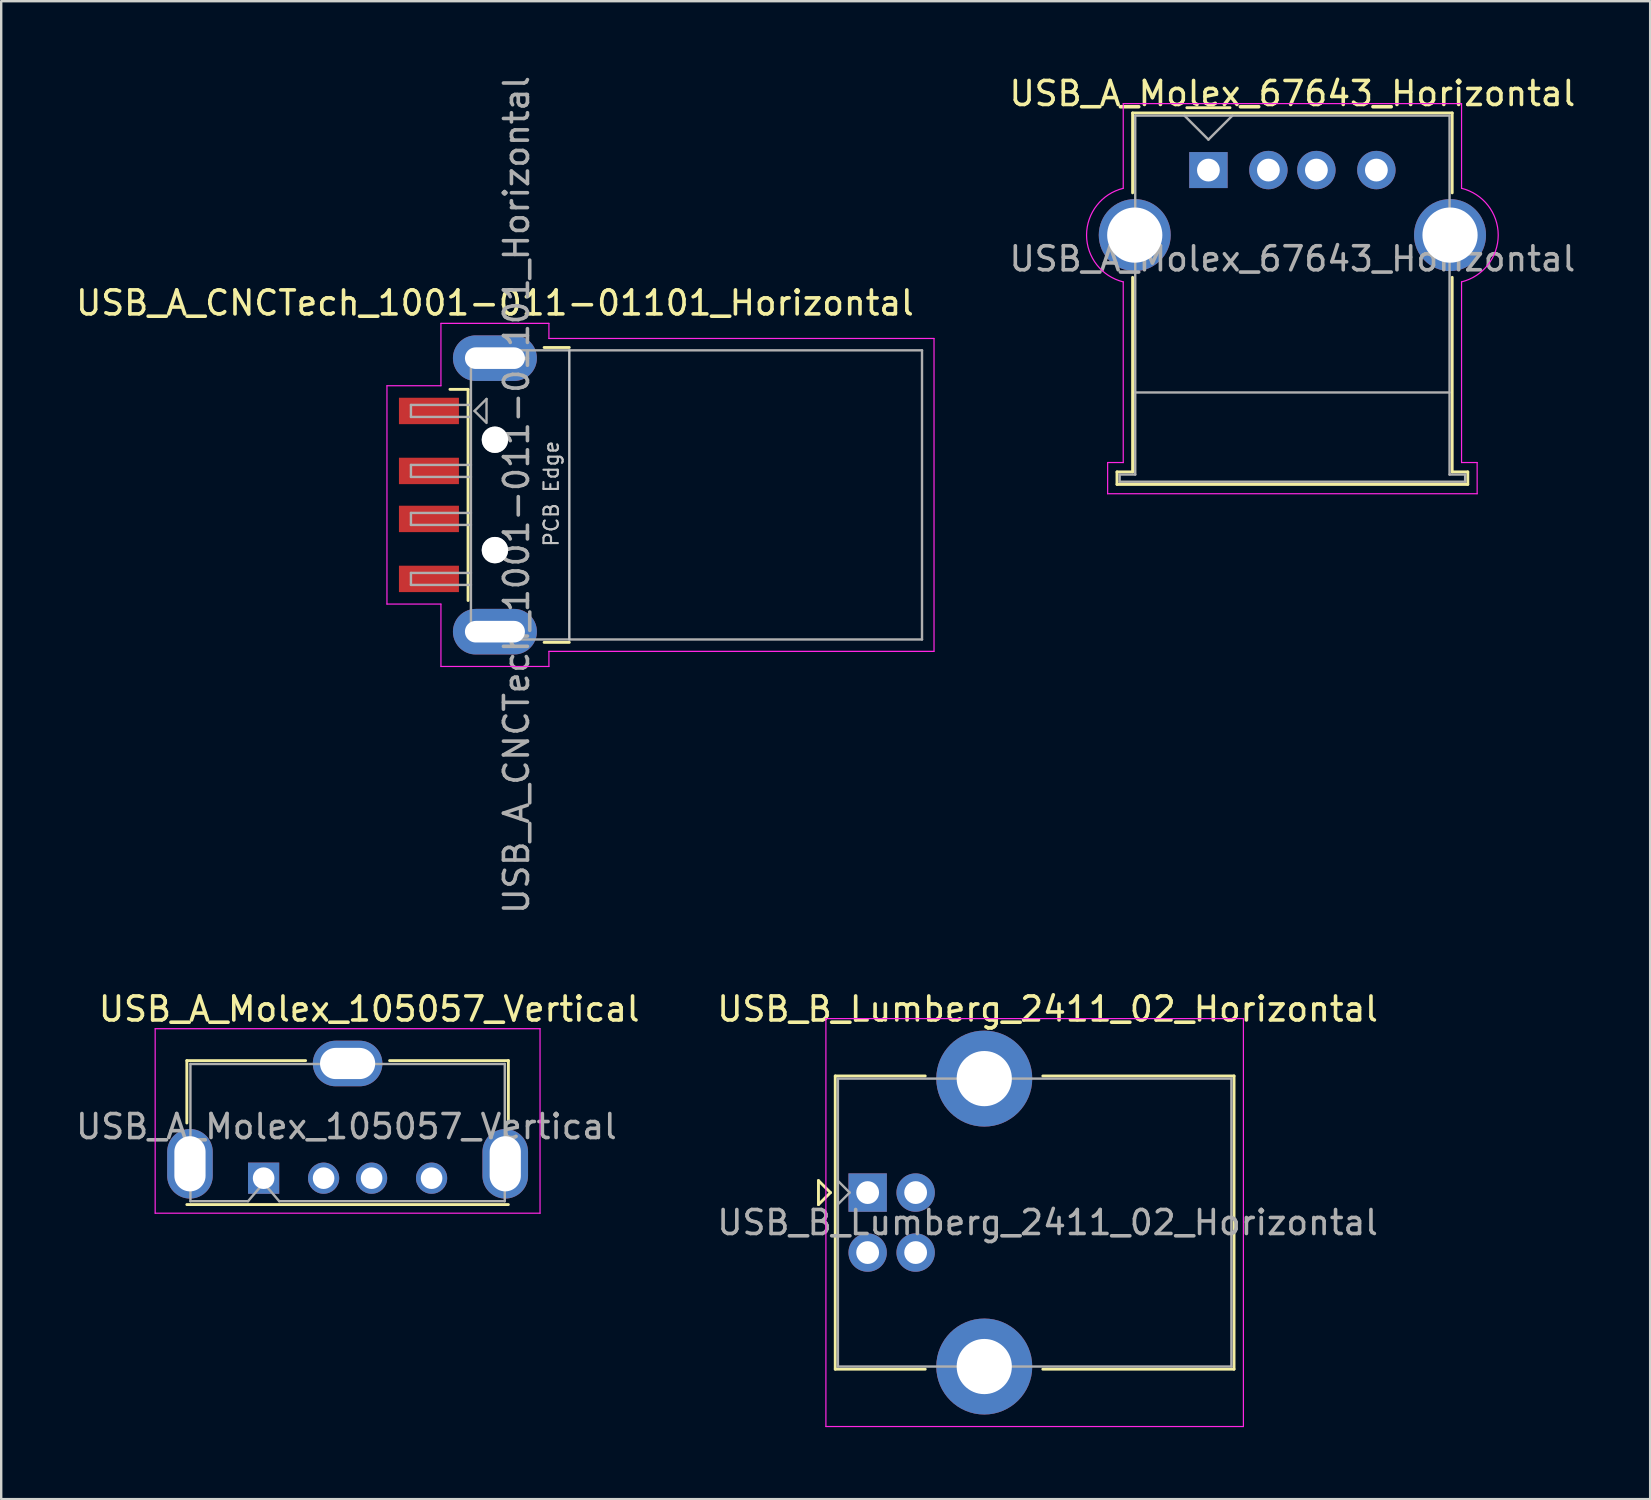
<source format=kicad_pcb>
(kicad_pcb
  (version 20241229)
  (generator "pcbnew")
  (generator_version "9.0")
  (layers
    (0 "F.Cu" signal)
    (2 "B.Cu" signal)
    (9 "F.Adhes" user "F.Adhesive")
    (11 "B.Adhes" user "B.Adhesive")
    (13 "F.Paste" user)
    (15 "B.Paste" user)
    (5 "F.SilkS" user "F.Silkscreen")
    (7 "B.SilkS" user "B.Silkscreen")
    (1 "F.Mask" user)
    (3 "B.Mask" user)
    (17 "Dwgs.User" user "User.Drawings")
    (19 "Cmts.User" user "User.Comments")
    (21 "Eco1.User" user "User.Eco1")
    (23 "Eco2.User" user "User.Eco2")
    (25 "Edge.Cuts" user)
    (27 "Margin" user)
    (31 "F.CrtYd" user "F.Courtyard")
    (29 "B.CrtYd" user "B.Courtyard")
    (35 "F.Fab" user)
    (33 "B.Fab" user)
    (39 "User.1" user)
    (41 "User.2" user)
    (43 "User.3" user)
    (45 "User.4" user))
  (footprint "USB_B_Lumberg_2411_02_Horizontal"
    (layer "F.Cu")
    (at 33.111 46.653)
    (property "Reference" "USB_B_Lumberg_2411_02_Horizontal" (at 7.5 -7.65 0) (layer "F.SilkS") (effects (font (size 1 1) (thickness 0.15))))
    (attr through_hole)
    (fp_line (start -2.05 -0.5) (end -2.05 0.5) (stroke (width 0.12) (type solid)) (layer "F.SilkS"))
    (fp_line (start -2.05 0.5) (end -1.55 0) (stroke (width 0.12) (type solid)) (layer "F.SilkS"))
    (fp_line (start -1.55 0) (end -2.05 -0.5) (stroke (width 0.12) (type solid)) (layer "F.SilkS"))
    (fp_line (start -1.35 -4.86) (end 2.4 -4.86) (stroke (width 0.12) (type solid)) (layer "F.SilkS"))
    (fp_line (start -1.35 7.36) (end -1.35 -4.86) (stroke (width 0.12) (type solid)) (layer "F.SilkS"))
    (fp_line (start -1.35 7.36) (end 2.4 7.36) (stroke (width 0.12) (type solid)) (layer "F.SilkS"))
    (fp_line (start 15.27 -4.86) (end 7.3 -4.86) (stroke (width 0.12) (type solid)) (layer "F.SilkS"))
    (fp_line (start 15.27 7.36) (end 7.3 7.36) (stroke (width 0.12) (type solid)) (layer "F.SilkS"))
    (fp_line (start 15.27 7.36) (end 15.27 -4.86) (stroke (width 0.12) (type solid)) (layer "F.SilkS"))
    (fp_line (start -1.74 -7.25) (end -1.74 9.75) (stroke (width 0.05) (type solid)) (layer "F.CrtYd"))
    (fp_line (start -1.74 9.75) (end 15.66 9.75) (stroke (width 0.05) (type solid)) (layer "F.CrtYd"))
    (fp_line (start 15.66 -7.25) (end -1.74 -7.25) (stroke (width 0.05) (type solid)) (layer "F.CrtYd"))
    (fp_line (start 15.66 9.75) (end 15.66 -7.25) (stroke (width 0.05) (type solid)) (layer "F.CrtYd"))
    (fp_line (start -1.24 -4.75) (end 15.16 -4.75) (stroke (width 0.1) (type solid)) (layer "F.Fab"))
    (fp_line (start -1.24 0.49) (end -0.75 0) (stroke (width 0.1) (type solid)) (layer "F.Fab"))
    (fp_line (start -1.24 7.25) (end -1.24 -4.75) (stroke (width 0.1) (type solid)) (layer "F.Fab"))
    (fp_line (start -0.75 0) (end -1.24 -0.49) (stroke (width 0.1) (type solid)) (layer "F.Fab"))
    (fp_line (start 15.16 -4.75) (end 15.16 7.25) (stroke (width 0.1) (type solid)) (layer "F.Fab"))
    (fp_line (start 15.16 7.25) (end -1.24 7.25) (stroke (width 0.1) (type solid)) (layer "F.Fab"))
    (fp_text user "${REFERENCE}" (at 7.5 1.25 180) (layer "F.Fab") (effects (font (size 1 1) (thickness 0.15))))
    (pad "1" thru_hole rect (at 0 0 90) (size 1.6 1.6) (drill 0.95) (layers "*.Cu" "*.Mask"))
    (pad "2" thru_hole circle (at 0 2.5 90) (size 1.6 1.6) (drill 0.95) (layers "*.Cu" "*.Mask"))
    (pad "3" thru_hole circle (at 2 2.5 90) (size 1.6 1.6) (drill 0.95) (layers "*.Cu" "*.Mask"))
    (pad "4" thru_hole circle (at 2 0 90) (size 1.6 1.6) (drill 0.95) (layers "*.Cu" "*.Mask"))
    (pad "5" thru_hole circle (at 4.86 -4.75 90) (size 4 4) (drill 2.3) (layers "*.Cu" "*.Mask"))
    (pad "5" thru_hole circle (at 4.86 7.25 90) (size 4 4) (drill 2.3) (layers "*.Cu" "*.Mask")))
  (footprint "USB_A_CNCTech_1001-011-01101_Horizontal"
    (layer "F.Cu")
    (at 24.477 17.577)
    (property "Reference" "USB_A_CNCTech_1001-011-01101_Horizontal" (at -6.9 -8 0) (layer "F.SilkS") (effects (font (size 1 1) (thickness 0.15))))
    (attr smd)
    (fp_line (start -8.02 -4.4) (end -8.775 -4.4) (stroke (width 0.12) (type solid)) (layer "F.SilkS"))
    (fp_line (start -8.02 -4.4) (end -8.02 4.4) (stroke (width 0.12) (type solid)) (layer "F.SilkS"))
    (fp_line (start -4.85 -6.145) (end -3.8 -6.145) (stroke (width 0.12) (type solid)) (layer "F.SilkS"))
    (fp_line (start -4.85 6.145) (end -3.8 6.145) (stroke (width 0.12) (type solid)) (layer "F.SilkS"))
    (fp_line (start -3.8 6.025) (end -3.8 -6.025) (stroke (width 0.1) (type solid)) (layer "Dwgs.User"))
    (fp_line (start -11.4 -4.55) (end -9.15 -4.55) (stroke (width 0.05) (type solid)) (layer "F.CrtYd"))
    (fp_line (start -11.4 4.55) (end -11.4 -4.55) (stroke (width 0.05) (type solid)) (layer "F.CrtYd"))
    (fp_line (start -11.4 4.55) (end -9.15 4.55) (stroke (width 0.05) (type solid)) (layer "F.CrtYd"))
    (fp_line (start -9.15 -7.15) (end -9.15 -4.55) (stroke (width 0.05) (type solid)) (layer "F.CrtYd"))
    (fp_line (start -9.15 -7.15) (end -4.65 -7.15) (stroke (width 0.05) (type solid)) (layer "F.CrtYd"))
    (fp_line (start -9.15 4.55) (end -9.15 7.15) (stroke (width 0.05) (type solid)) (layer "F.CrtYd"))
    (fp_line (start -9.15 7.15) (end -4.65 7.15) (stroke (width 0.05) (type solid)) (layer "F.CrtYd"))
    (fp_line (start -4.65 -6.52) (end -4.65 -7.15) (stroke (width 0.05) (type solid)) (layer "F.CrtYd"))
    (fp_line (start -4.65 -6.52) (end 11.4 -6.52) (stroke (width 0.05) (type solid)) (layer "F.CrtYd"))
    (fp_line (start -4.65 6.52) (end 11.4 6.52) (stroke (width 0.05) (type solid)) (layer "F.CrtYd"))
    (fp_line (start -4.65 7.15) (end -4.65 6.52) (stroke (width 0.05) (type solid)) (layer "F.CrtYd"))
    (fp_line (start 11.4 6.52) (end 11.4 -6.52) (stroke (width 0.05) (type solid)) (layer "F.CrtYd"))
    (fp_line (start -10.4 -3.75) (end -7.9 -3.75) (stroke (width 0.1) (type solid)) (layer "F.Fab"))
    (fp_line (start -10.4 -3.25) (end -10.4 -3.75) (stroke (width 0.1) (type solid)) (layer "F.Fab"))
    (fp_line (start -10.4 -3.25) (end -7.9 -3.25) (stroke (width 0.1) (type solid)) (layer "F.Fab"))
    (fp_line (start -10.4 -1.25) (end -7.9 -1.25) (stroke (width 0.1) (type solid)) (layer "F.Fab"))
    (fp_line (start -10.4 -0.75) (end -10.4 -1.25) (stroke (width 0.1) (type solid)) (layer "F.Fab"))
    (fp_line (start -10.4 -0.75) (end -7.9 -0.75) (stroke (width 0.1) (type solid)) (layer "F.Fab"))
    (fp_line (start -10.4 0.75) (end -7.9 0.75) (stroke (width 0.1) (type solid)) (layer "F.Fab"))
    (fp_line (start -10.4 1.25) (end -10.4 0.75) (stroke (width 0.1) (type solid)) (layer "F.Fab"))
    (fp_line (start -10.4 1.25) (end -7.9 1.25) (stroke (width 0.1) (type solid)) (layer "F.Fab"))
    (fp_line (start -10.4 3.25) (end -7.9 3.25) (stroke (width 0.1) (type solid)) (layer "F.Fab"))
    (fp_line (start -10.4 3.75) (end -10.4 3.25) (stroke (width 0.1) (type solid)) (layer "F.Fab"))
    (fp_line (start -10.4 3.75) (end -7.9 3.75) (stroke (width 0.1) (type solid)) (layer "F.Fab"))
    (fp_line (start -7.9 -6.025) (end 10.9 -6.025) (stroke (width 0.1) (type solid)) (layer "F.Fab"))
    (fp_line (start -7.9 6.025) (end -7.9 -6.025) (stroke (width 0.1) (type solid)) (layer "F.Fab"))
    (fp_line (start -7.9 6.025) (end 10.9 6.025) (stroke (width 0.1) (type solid)) (layer "F.Fab"))
    (fp_line (start -7.75 -3.5) (end -7.25 -4) (stroke (width 0.1) (type solid)) (layer "F.Fab"))
    (fp_line (start -7.75 -3.5) (end -7.25 -3) (stroke (width 0.1) (type solid)) (layer "F.Fab"))
    (fp_line (start -7.25 -4) (end -7.25 -3.05) (stroke (width 0.1) (type solid)) (layer "F.Fab"))
    (fp_line (start 10.9 6.025) (end 10.9 -6.025) (stroke (width 0.1) (type solid)) (layer "F.Fab"))
    (fp_circle (center -6.9 -2.3) (end -6.9 -2.8) (stroke (width 0.1) (type solid)) (fill no) (layer "F.Fab"))
    (fp_circle (center -6.9 2.3) (end -6.9 2.8) (stroke (width 0.1) (type solid)) (fill no) (layer "F.Fab"))
    (fp_text user "PCB Edge" (at -4.55 -0.05 90) (layer "Dwgs.User") (effects (font (size 0.6 0.6) (thickness 0.09))))
    (fp_text user "${REFERENCE}" (at -6 0 90) (layer "F.Fab") (effects (font (size 1 1) (thickness 0.15))))
    (pad "" np_thru_hole circle (at -6.9 -2.3) (size 1.1 1.1) (drill 1.1) (layers "*.Cu" "*.Mask"))
    (pad "" np_thru_hole circle (at -6.9 2.3) (size 1.1 1.1) (drill 1.1) (layers "*.Cu" "*.Mask"))
    (pad "1" smd rect (at -9.65 -3.5) (size 2.5 1.1) (layers "F.Cu" "F.Mask" "F.Paste"))
    (pad "2" smd rect (at -9.65 -1) (size 2.5 1.1) (layers "F.Cu" "F.Mask" "F.Paste"))
    (pad "3" smd rect (at -9.65 1) (size 2.5 1.1) (layers "F.Cu" "F.Mask" "F.Paste"))
    (pad "4" smd rect (at -9.65 3.5) (size 2.5 1.1) (layers "F.Cu" "F.Mask" "F.Paste"))
    (pad "5" thru_hole oval (at -6.9 -5.7) (size 3.5 1.9) (drill oval 2.5 0.9) (layers "*.Cu" "*.Mask"))
    (pad "5" thru_hole oval (at -6.9 5.7) (size 3.5 1.9) (drill oval 2.5 0.9) (layers "*.Cu" "*.Mask")))
  (footprint "USB_A_Molex_67643_Horizontal"
    (layer "F.Cu")
    (at 47.313 4.038)
    (property "Reference" "USB_A_Molex_67643_Horizontal" (at 3.5 -3.19 0) (layer "F.SilkS") (effects (font (size 1 1) (thickness 0.15))))
    (attr through_hole)
    (fp_line (start -3.81 12.58) (end -3.81 13.1) (stroke (width 0.12) (type solid)) (layer "F.SilkS"))
    (fp_line (start -3.81 13.1) (end 10.81 13.1) (stroke (width 0.12) (type solid)) (layer "F.SilkS"))
    (fp_line (start -3.16 -2.38) (end -3.16 0.95) (stroke (width 0.12) (type solid)) (layer "F.SilkS"))
    (fp_line (start -3.16 -2.38) (end 10.16 -2.38) (stroke (width 0.12) (type solid)) (layer "F.SilkS"))
    (fp_line (start -3.16 12.58) (end -3.81 12.58) (stroke (width 0.12) (type solid)) (layer "F.SilkS"))
    (fp_line (start -3.16 12.58) (end -3.16 4.47) (stroke (width 0.12) (type solid)) (layer "F.SilkS"))
    (fp_line (start -0.9 -2.6) (end 0.9 -2.6) (stroke (width 0.12) (type solid)) (layer "F.SilkS"))
    (fp_line (start 10.16 -2.38) (end 10.16 0.95) (stroke (width 0.12) (type solid)) (layer "F.SilkS"))
    (fp_line (start 10.16 4.47) (end 10.16 12.58) (stroke (width 0.12) (type solid)) (layer "F.SilkS"))
    (fp_line (start 10.81 12.58) (end 10.16 12.58) (stroke (width 0.12) (type solid)) (layer "F.SilkS"))
    (fp_line (start 10.81 13.1) (end 10.81 12.58) (stroke (width 0.12) (type solid)) (layer "F.SilkS"))
    (fp_line (start -4.2 12.19) (end -3.55 12.19) (stroke (width 0.05) (type solid)) (layer "F.CrtYd"))
    (fp_line (start -4.2 13.49) (end -4.2 12.19) (stroke (width 0.05) (type solid)) (layer "F.CrtYd"))
    (fp_line (start -4.2 13.49) (end 11.2 13.49) (stroke (width 0.05) (type solid)) (layer "F.CrtYd"))
    (fp_line (start -3.55 -2.77) (end -3.55 0.76) (stroke (width 0.05) (type solid)) (layer "F.CrtYd"))
    (fp_line (start -3.55 -2.77) (end 10.55 -2.77) (stroke (width 0.05) (type solid)) (layer "F.CrtYd"))
    (fp_line (start -3.55 12.19) (end -3.55 4.66) (stroke (width 0.05) (type solid)) (layer "F.CrtYd"))
    (fp_line (start 10.55 -2.77) (end 10.55 0.76) (stroke (width 0.05) (type solid)) (layer "F.CrtYd"))
    (fp_line (start 10.55 12.19) (end 10.55 4.66) (stroke (width 0.05) (type solid)) (layer "F.CrtYd"))
    (fp_line (start 11.2 12.19) (end 10.55 12.19) (stroke (width 0.05) (type solid)) (layer "F.CrtYd"))
    (fp_line (start 11.2 13.49) (end 11.2 12.19) (stroke (width 0.05) (type solid)) (layer "F.CrtYd"))
    (fp_arc (start -3.55 4.66) (mid -5.078208 2.71) (end -3.55 0.76) (stroke (width 0.05) (type solid)) (layer "F.CrtYd"))
    (fp_arc (start 10.55 0.76) (mid 12.078208 2.71) (end 10.55 4.66) (stroke (width 0.05) (type solid)) (layer "F.CrtYd"))
    (fp_line (start -3.7 12.69) (end -3.7 12.99) (stroke (width 0.1) (type solid)) (layer "F.Fab"))
    (fp_line (start -3.7 12.99) (end 10.7 12.99) (stroke (width 0.1) (type solid)) (layer "F.Fab"))
    (fp_line (start -3.05 -2.27) (end 10.05 -2.27) (stroke (width 0.1) (type solid)) (layer "F.Fab"))
    (fp_line (start -3.05 9.27) (end 10.05 9.27) (stroke (width 0.1) (type solid)) (layer "F.Fab"))
    (fp_line (start -3.05 12.69) (end -3.7 12.69) (stroke (width 0.1) (type solid)) (layer "F.Fab"))
    (fp_line (start -3.05 12.69) (end -3.05 -2.27) (stroke (width 0.1) (type solid)) (layer "F.Fab"))
    (fp_line (start -1 -2.27) (end 0 -1.27) (stroke (width 0.1) (type solid)) (layer "F.Fab"))
    (fp_line (start 0 -1.27) (end 1 -2.27) (stroke (width 0.1) (type solid)) (layer "F.Fab"))
    (fp_line (start 10.05 -2.27) (end 10.05 12.69) (stroke (width 0.1) (type solid)) (layer "F.Fab"))
    (fp_line (start 10.7 12.69) (end 10.05 12.69) (stroke (width 0.1) (type solid)) (layer "F.Fab"))
    (fp_line (start 10.7 12.99) (end 10.7 12.69) (stroke (width 0.1) (type solid)) (layer "F.Fab"))
    (fp_text user "${REFERENCE}" (at 3.5 3.7 0) (layer "F.Fab") (effects (font (size 1 1) (thickness 0.15))))
    (pad "1" thru_hole rect (at 0 0) (size 1.6 1.5) (drill 0.95) (layers "*.Cu" "*.Mask"))
    (pad "2" thru_hole circle (at 2.5 0) (size 1.6 1.6) (drill 0.95) (layers "*.Cu" "*.Mask"))
    (pad "3" thru_hole circle (at 4.5 0) (size 1.6 1.6) (drill 0.95) (layers "*.Cu" "*.Mask"))
    (pad "4" thru_hole circle (at 7 0) (size 1.6 1.6) (drill 0.95) (layers "*.Cu" "*.Mask"))
    (pad "5" thru_hole circle (at -3.07 2.71) (size 3 3) (drill 2.3) (layers "*.Cu" "*.Mask"))
    (pad "5" thru_hole circle (at 10.07 2.71) (size 3 3) (drill 2.3) (layers "*.Cu" "*.Mask")))
  (footprint "USB_A_Molex_105057_Vertical"
    (layer "F.Cu")
    (at 7.937 46.053)
    (property "Reference" "USB_A_Molex_105057_Vertical" (at 4.4 -7.05 0) (layer "F.SilkS") (effects (font (size 1 1) (thickness 0.15))))
    (attr through_hole)
    (fp_line (start -3.2 -4.9) (end -3.2 -2.3) (stroke (width 0.12) (type solid)) (layer "F.SilkS"))
    (fp_line (start -3.2 -4.9) (end 1.75 -4.9) (stroke (width 0.12) (type solid)) (layer "F.SilkS"))
    (fp_line (start 10.2 -4.9) (end 5.25 -4.9) (stroke (width 0.12) (type solid)) (layer "F.SilkS"))
    (fp_line (start 10.2 -4.9) (end 10.2 -2.3) (stroke (width 0.12) (type solid)) (layer "F.SilkS"))
    (fp_line (start 10.2 1.1) (end -3.2 1.1) (stroke (width 0.12) (type solid)) (layer "F.SilkS"))
    (fp_line (start -4.52 -6.23) (end 11.52 -6.23) (stroke (width 0.05) (type solid)) (layer "F.CrtYd"))
    (fp_line (start -4.52 1.46) (end -4.52 -6.23) (stroke (width 0.05) (type solid)) (layer "F.CrtYd"))
    (fp_line (start 11.52 -6.23) (end 11.52 1.46) (stroke (width 0.05) (type solid)) (layer "F.CrtYd"))
    (fp_line (start 11.52 1.46) (end -4.52 1.46) (stroke (width 0.05) (type solid)) (layer "F.CrtYd"))
    (fp_line (start -3.05 -4.76) (end 10.05 -4.76) (stroke (width 0.1) (type solid)) (layer "F.Fab"))
    (fp_line (start -3.05 0.96) (end -3.05 -4.76) (stroke (width 0.1) (type solid)) (layer "F.Fab"))
    (fp_line (start -0.65 0.96) (end -3.05 0.96) (stroke (width 0.1) (type solid)) (layer "F.Fab"))
    (fp_line (start -0.65 0.96) (end 0 0.2) (stroke (width 0.1) (type solid)) (layer "F.Fab"))
    (fp_line (start 0 0.2) (end 0.65 0.96) (stroke (width 0.1) (type solid)) (layer "F.Fab"))
    (fp_line (start 10.05 -4.76) (end 10.05 0.96) (stroke (width 0.1) (type solid)) (layer "F.Fab"))
    (fp_line (start 10.05 0.96) (end 0.65 0.96) (stroke (width 0.1) (type solid)) (layer "F.Fab"))
    (fp_text user "${REFERENCE}" (at 3.45 -2.15 0) (layer "F.Fab") (effects (font (size 1 1) (thickness 0.15))))
    (pad "1" thru_hole rect (at 0 0) (size 1.3 1.3) (drill 0.9) (layers "*.Cu" "*.Mask"))
    (pad "2" thru_hole circle (at 2.5 0) (size 1.3 1.3) (drill 0.9) (layers "*.Cu" "*.Mask"))
    (pad "3" thru_hole circle (at 4.5 0) (size 1.3 1.3) (drill 0.9) (layers "*.Cu" "*.Mask"))
    (pad "4" thru_hole circle (at 7 0) (size 1.3 1.3) (drill 0.9) (layers "*.Cu" "*.Mask"))
    (pad "5" thru_hole oval (at -3.07 -0.6 180) (size 1.9 2.9) (drill oval 1.3 2.3) (layers "*.Cu" "*.Mask"))
    (pad "5" thru_hole oval (at 3.5 -4.78 90) (size 1.9 2.9) (drill oval 1.3 2.3) (layers "*.Cu" "*.Mask"))
    (pad "5" thru_hole oval (at 10.07 -0.6) (size 1.9 2.9) (drill oval 1.3 2.3) (layers "*.Cu" "*.Mask")))
  (gr_rect
    (start -3 -3)
    (end 65.724 59.428)
    (stroke (width 0.1) (type default))
    (fill no)
    (layer "Edge.Cuts")))
</source>
